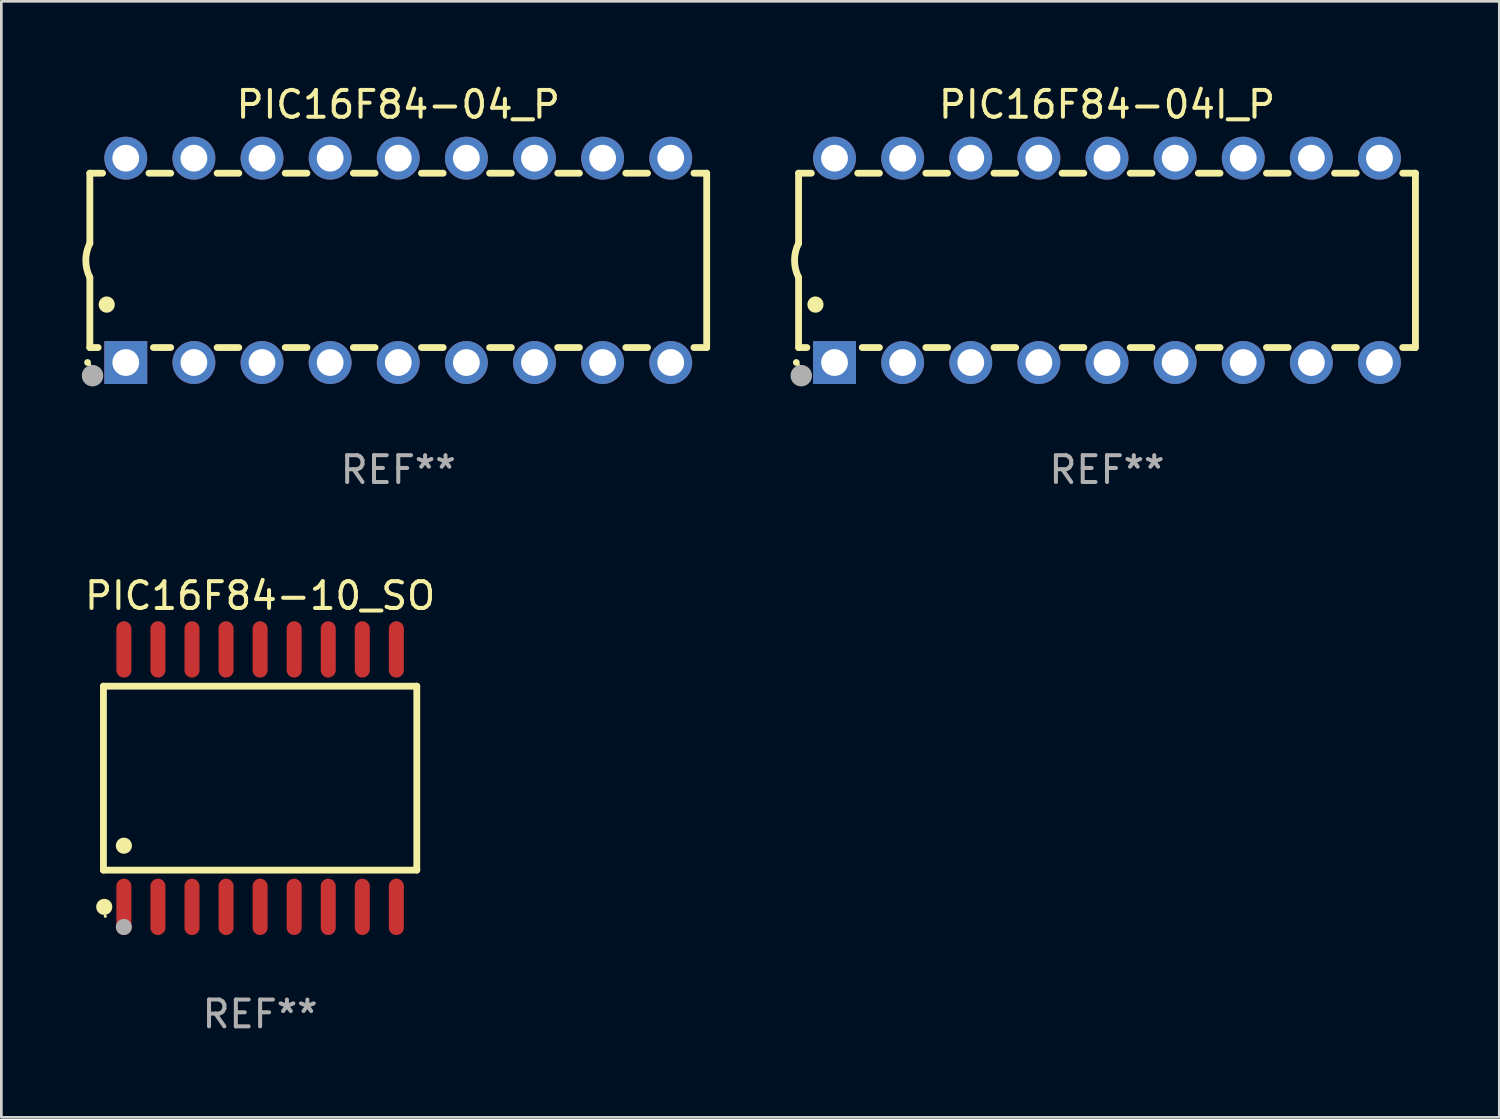
<source format=kicad_pcb>
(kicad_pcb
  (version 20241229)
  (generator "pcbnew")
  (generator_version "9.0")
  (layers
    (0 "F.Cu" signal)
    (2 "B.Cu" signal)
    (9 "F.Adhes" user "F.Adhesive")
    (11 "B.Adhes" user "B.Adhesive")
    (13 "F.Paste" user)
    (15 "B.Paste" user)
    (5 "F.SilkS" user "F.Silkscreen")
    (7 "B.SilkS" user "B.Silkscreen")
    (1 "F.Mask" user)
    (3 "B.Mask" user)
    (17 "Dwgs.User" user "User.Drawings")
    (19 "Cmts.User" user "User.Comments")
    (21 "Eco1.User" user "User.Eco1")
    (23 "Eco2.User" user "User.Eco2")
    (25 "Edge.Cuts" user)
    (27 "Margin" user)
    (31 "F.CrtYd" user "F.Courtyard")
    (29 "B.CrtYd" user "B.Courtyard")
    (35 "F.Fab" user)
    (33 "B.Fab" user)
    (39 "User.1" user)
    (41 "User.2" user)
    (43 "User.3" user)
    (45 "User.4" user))
  (footprint "PIC16F84-04I_P"
    (layer "F.Cu")
    (at 38.227 6.658)
    (property "Reference" "PIC16F84-04I_P" (at 0 -5.81 0) (layer "F.SilkS") (effects (font (size 1 1) (thickness 0.15))))
    (attr through_hole)
    (fp_line (start -11.5 -3.25) (end -11.5 -0.635) (stroke (width 0.254) (type solid)) (layer "F.SilkS"))
    (fp_line (start -11.5 3.25) (end -11.5 0.635) (stroke (width 0.254) (type solid)) (layer "F.SilkS"))
    (fp_line (start -11.5 3.25) (end -11.191 3.25) (stroke (width 0.254) (type solid)) (layer "F.SilkS"))
    (fp_line (start -11.025 -3.25) (end -11.5 -3.25) (stroke (width 0.254) (type solid)) (layer "F.SilkS"))
    (fp_line (start -9.129 3.25) (end -8.485 3.25) (stroke (width 0.254) (type solid)) (layer "F.SilkS"))
    (fp_line (start -8.485 -3.25) (end -9.295 -3.25) (stroke (width 0.254) (type solid)) (layer "F.SilkS"))
    (fp_line (start -6.755 3.25) (end -5.945 3.25) (stroke (width 0.254) (type solid)) (layer "F.SilkS"))
    (fp_line (start -5.945 -3.25) (end -6.755 -3.25) (stroke (width 0.254) (type solid)) (layer "F.SilkS"))
    (fp_line (start -4.215 3.25) (end -3.405 3.25) (stroke (width 0.254) (type solid)) (layer "F.SilkS"))
    (fp_line (start -3.405 -3.25) (end -4.215 -3.25) (stroke (width 0.254) (type solid)) (layer "F.SilkS"))
    (fp_line (start -1.675 3.25) (end -0.865 3.25) (stroke (width 0.254) (type solid)) (layer "F.SilkS"))
    (fp_line (start -0.865 -3.25) (end -1.675 -3.25) (stroke (width 0.254) (type solid)) (layer "F.SilkS"))
    (fp_line (start 0.865 3.25) (end 1.675 3.25) (stroke (width 0.254) (type solid)) (layer "F.SilkS"))
    (fp_line (start 1.675 -3.25) (end 0.865 -3.25) (stroke (width 0.254) (type solid)) (layer "F.SilkS"))
    (fp_line (start 3.405 3.25) (end 4.215 3.25) (stroke (width 0.254) (type solid)) (layer "F.SilkS"))
    (fp_line (start 4.215 -3.25) (end 3.405 -3.25) (stroke (width 0.254) (type solid)) (layer "F.SilkS"))
    (fp_line (start 5.945 3.25) (end 6.755 3.25) (stroke (width 0.254) (type solid)) (layer "F.SilkS"))
    (fp_line (start 6.755 -3.25) (end 5.945 -3.25) (stroke (width 0.254) (type solid)) (layer "F.SilkS"))
    (fp_line (start 8.485 3.25) (end 9.295 3.25) (stroke (width 0.254) (type solid)) (layer "F.SilkS"))
    (fp_line (start 9.295 -3.25) (end 8.485 -3.25) (stroke (width 0.254) (type solid)) (layer "F.SilkS"))
    (fp_line (start 11.025 3.25) (end 11.5 3.25) (stroke (width 0.254) (type solid)) (layer "F.SilkS"))
    (fp_line (start 11.5 -3.25) (end 11.025 -3.25) (stroke (width 0.254) (type solid)) (layer "F.SilkS"))
    (fp_line (start 11.5 -3.25) (end 11.5 3.25) (stroke (width 0.254) (type solid)) (layer "F.SilkS"))
    (fp_arc (start -11.584963 3.810008) (mid -11.58497 3.808738) (end -11.584963 3.807468) (stroke (width 0.25) (type solid)) (layer "F.SilkS"))
    (fp_arc (start -11.501143 0.635001) (mid -11.650665 -0.000132) (end -11.500025 -0.635001) (stroke (width 0.254001) (type solid)) (layer "F.SilkS"))
    (fp_arc (start -10.871222 1.651003) (mid -10.871233 1.648463) (end -10.871222 1.645923) (stroke (width 0.6) (type solid)) (layer "F.SilkS"))
    (fp_circle (center -11.5 3.91) (end -11.47 3.91) (stroke (width 0.06) (type solid)) (fill no) (layer "F.SilkS"))
    (fp_circle (center -11.4 4.3) (end -11.2 4.3) (stroke (width 0.4) (type solid)) (fill no) (layer "F.Fab"))
    (fp_text user "REF**" (at 0 7.81 0) (layer "F.Fab") (effects (font (size 1 1) (thickness 0.15))))
    (pad "1" thru_hole rect (at -10.16 3.81 90) (size 1.6 1.6) (drill 1) (layers "*.Cu" "*.Mask"))
    (pad "2" thru_hole circle (at -7.62 3.81 90) (size 1.6 1.6) (drill 1) (layers "*.Cu" "*.Mask"))
    (pad "3" thru_hole circle (at -5.08 3.81 90) (size 1.6 1.6) (drill 1) (layers "*.Cu" "*.Mask"))
    (pad "4" thru_hole circle (at -2.54 3.81 90) (size 1.6 1.6) (drill 1) (layers "*.Cu" "*.Mask"))
    (pad "5" thru_hole circle (at 0 3.81 90) (size 1.6 1.6) (drill 1) (layers "*.Cu" "*.Mask"))
    (pad "6" thru_hole circle (at 2.54 3.81 90) (size 1.6 1.6) (drill 1) (layers "*.Cu" "*.Mask"))
    (pad "7" thru_hole circle (at 5.08 3.81 90) (size 1.6 1.6) (drill 1) (layers "*.Cu" "*.Mask"))
    (pad "8" thru_hole circle (at 7.62 3.81 90) (size 1.6 1.6) (drill 1) (layers "*.Cu" "*.Mask"))
    (pad "9" thru_hole circle (at 10.16 3.81 90) (size 1.6 1.6) (drill 1) (layers "*.Cu" "*.Mask"))
    (pad "10" thru_hole circle (at 10.16 -3.81 90) (size 1.6 1.6) (drill 1) (layers "*.Cu" "*.Mask"))
    (pad "11" thru_hole circle (at 7.62 -3.81 90) (size 1.6 1.6) (drill 1) (layers "*.Cu" "*.Mask"))
    (pad "12" thru_hole circle (at 5.08 -3.81 90) (size 1.6 1.6) (drill 1) (layers "*.Cu" "*.Mask"))
    (pad "13" thru_hole circle (at 2.54 -3.81 90) (size 1.6 1.6) (drill 1) (layers "*.Cu" "*.Mask"))
    (pad "14" thru_hole circle (at 0 -3.81 90) (size 1.6 1.6) (drill 1) (layers "*.Cu" "*.Mask"))
    (pad "15" thru_hole circle (at -2.54 -3.81 90) (size 1.6 1.6) (drill 1) (layers "*.Cu" "*.Mask"))
    (pad "16" thru_hole circle (at -5.08 -3.81 90) (size 1.6 1.6) (drill 1) (layers "*.Cu" "*.Mask"))
    (pad "17" thru_hole circle (at -7.62 -3.81 90) (size 1.6 1.6) (drill 1) (layers "*.Cu" "*.Mask"))
    (pad "18" thru_hole circle (at -10.16 -3.81 90) (size 1.6 1.6) (drill 1) (layers "*.Cu" "*.Mask")))
  (footprint "PIC16F84-04_P"
    (layer "F.Cu")
    (at 11.8 6.658)
    (property "Reference" "PIC16F84-04_P" (at 0 -5.81 0) (layer "F.SilkS") (effects (font (size 1 1) (thickness 0.15))))
    (attr through_hole)
    (fp_line (start -11.5 -3.25) (end -11.5 -0.635) (stroke (width 0.254) (type solid)) (layer "F.SilkS"))
    (fp_line (start -11.5 3.25) (end -11.5 0.635) (stroke (width 0.254) (type solid)) (layer "F.SilkS"))
    (fp_line (start -11.5 3.25) (end -11.191 3.25) (stroke (width 0.254) (type solid)) (layer "F.SilkS"))
    (fp_line (start -11.025 -3.25) (end -11.5 -3.25) (stroke (width 0.254) (type solid)) (layer "F.SilkS"))
    (fp_line (start -9.129 3.25) (end -8.485 3.25) (stroke (width 0.254) (type solid)) (layer "F.SilkS"))
    (fp_line (start -8.485 -3.25) (end -9.295 -3.25) (stroke (width 0.254) (type solid)) (layer "F.SilkS"))
    (fp_line (start -6.755 3.25) (end -5.945 3.25) (stroke (width 0.254) (type solid)) (layer "F.SilkS"))
    (fp_line (start -5.945 -3.25) (end -6.755 -3.25) (stroke (width 0.254) (type solid)) (layer "F.SilkS"))
    (fp_line (start -4.215 3.25) (end -3.405 3.25) (stroke (width 0.254) (type solid)) (layer "F.SilkS"))
    (fp_line (start -3.405 -3.25) (end -4.215 -3.25) (stroke (width 0.254) (type solid)) (layer "F.SilkS"))
    (fp_line (start -1.675 3.25) (end -0.865 3.25) (stroke (width 0.254) (type solid)) (layer "F.SilkS"))
    (fp_line (start -0.865 -3.25) (end -1.675 -3.25) (stroke (width 0.254) (type solid)) (layer "F.SilkS"))
    (fp_line (start 0.865 3.25) (end 1.675 3.25) (stroke (width 0.254) (type solid)) (layer "F.SilkS"))
    (fp_line (start 1.675 -3.25) (end 0.865 -3.25) (stroke (width 0.254) (type solid)) (layer "F.SilkS"))
    (fp_line (start 3.405 3.25) (end 4.215 3.25) (stroke (width 0.254) (type solid)) (layer "F.SilkS"))
    (fp_line (start 4.215 -3.25) (end 3.405 -3.25) (stroke (width 0.254) (type solid)) (layer "F.SilkS"))
    (fp_line (start 5.945 3.25) (end 6.755 3.25) (stroke (width 0.254) (type solid)) (layer "F.SilkS"))
    (fp_line (start 6.755 -3.25) (end 5.945 -3.25) (stroke (width 0.254) (type solid)) (layer "F.SilkS"))
    (fp_line (start 8.485 3.25) (end 9.295 3.25) (stroke (width 0.254) (type solid)) (layer "F.SilkS"))
    (fp_line (start 9.295 -3.25) (end 8.485 -3.25) (stroke (width 0.254) (type solid)) (layer "F.SilkS"))
    (fp_line (start 11.025 3.25) (end 11.5 3.25) (stroke (width 0.254) (type solid)) (layer "F.SilkS"))
    (fp_line (start 11.5 -3.25) (end 11.025 -3.25) (stroke (width 0.254) (type solid)) (layer "F.SilkS"))
    (fp_line (start 11.5 -3.25) (end 11.5 3.25) (stroke (width 0.254) (type solid)) (layer "F.SilkS"))
    (fp_arc (start -11.584963 3.810008) (mid -11.58497 3.808738) (end -11.584963 3.807468) (stroke (width 0.25) (type solid)) (layer "F.SilkS"))
    (fp_arc (start -11.501143 0.635001) (mid -11.650665 -0.000132) (end -11.500025 -0.635001) (stroke (width 0.254001) (type solid)) (layer "F.SilkS"))
    (fp_arc (start -10.871222 1.651003) (mid -10.871233 1.648463) (end -10.871222 1.645923) (stroke (width 0.6) (type solid)) (layer "F.SilkS"))
    (fp_circle (center -11.5 3.91) (end -11.47 3.91) (stroke (width 0.06) (type solid)) (fill no) (layer "F.SilkS"))
    (fp_circle (center -11.4 4.3) (end -11.2 4.3) (stroke (width 0.4) (type solid)) (fill no) (layer "F.Fab"))
    (fp_text user "REF**" (at 0 7.81 0) (layer "F.Fab") (effects (font (size 1 1) (thickness 0.15))))
    (pad "1" thru_hole rect (at -10.16 3.81 90) (size 1.6 1.6) (drill 1) (layers "*.Cu" "*.Mask"))
    (pad "2" thru_hole circle (at -7.62 3.81 90) (size 1.6 1.6) (drill 1) (layers "*.Cu" "*.Mask"))
    (pad "3" thru_hole circle (at -5.08 3.81 90) (size 1.6 1.6) (drill 1) (layers "*.Cu" "*.Mask"))
    (pad "4" thru_hole circle (at -2.54 3.81 90) (size 1.6 1.6) (drill 1) (layers "*.Cu" "*.Mask"))
    (pad "5" thru_hole circle (at 0 3.81 90) (size 1.6 1.6) (drill 1) (layers "*.Cu" "*.Mask"))
    (pad "6" thru_hole circle (at 2.54 3.81 90) (size 1.6 1.6) (drill 1) (layers "*.Cu" "*.Mask"))
    (pad "7" thru_hole circle (at 5.08 3.81 90) (size 1.6 1.6) (drill 1) (layers "*.Cu" "*.Mask"))
    (pad "8" thru_hole circle (at 7.62 3.81 90) (size 1.6 1.6) (drill 1) (layers "*.Cu" "*.Mask"))
    (pad "9" thru_hole circle (at 10.16 3.81 90) (size 1.6 1.6) (drill 1) (layers "*.Cu" "*.Mask"))
    (pad "10" thru_hole circle (at 10.16 -3.81 90) (size 1.6 1.6) (drill 1) (layers "*.Cu" "*.Mask"))
    (pad "11" thru_hole circle (at 7.62 -3.81 90) (size 1.6 1.6) (drill 1) (layers "*.Cu" "*.Mask"))
    (pad "12" thru_hole circle (at 5.08 -3.81 90) (size 1.6 1.6) (drill 1) (layers "*.Cu" "*.Mask"))
    (pad "13" thru_hole circle (at 2.54 -3.81 90) (size 1.6 1.6) (drill 1) (layers "*.Cu" "*.Mask"))
    (pad "14" thru_hole circle (at 0 -3.81 90) (size 1.6 1.6) (drill 1) (layers "*.Cu" "*.Mask"))
    (pad "15" thru_hole circle (at -2.54 -3.81 90) (size 1.6 1.6) (drill 1) (layers "*.Cu" "*.Mask"))
    (pad "16" thru_hole circle (at -5.08 -3.81 90) (size 1.6 1.6) (drill 1) (layers "*.Cu" "*.Mask"))
    (pad "17" thru_hole circle (at -7.62 -3.81 90) (size 1.6 1.6) (drill 1) (layers "*.Cu" "*.Mask"))
    (pad "18" thru_hole circle (at -10.16 -3.81 90) (size 1.6 1.6) (drill 1) (layers "*.Cu" "*.Mask")))
  (footprint "PIC16F84-10_SO"
    (layer "F.Cu")
    (at 6.649 25.965)
    (property "Reference" "PIC16F84-10_SO" (at 0 -6.8 0) (layer "F.SilkS") (effects (font (size 1 1) (thickness 0.15))))
    (attr through_hole)
    (fp_line (start -5.842 -3.429) (end -5.842 3.429) (stroke (width 0.254) (type solid)) (layer "F.SilkS"))
    (fp_line (start -5.842 3.429) (end 5.842 3.429) (stroke (width 0.254) (type solid)) (layer "F.SilkS"))
    (fp_line (start 5.842 -3.429) (end -5.842 -3.429) (stroke (width 0.254) (type solid)) (layer "F.SilkS"))
    (fp_line (start 5.842 3.429) (end 5.842 -3.429) (stroke (width 0.254) (type solid)) (layer "F.SilkS"))
    (fp_circle (center -5.812 4.8) (end -5.662 4.8) (stroke (width 0.3) (type solid)) (fill no) (layer "F.SilkS"))
    (fp_circle (center -5.775 5.15) (end -5.745 5.15) (stroke (width 0.06) (type solid)) (fill no) (layer "F.SilkS"))
    (fp_circle (center -5.08 2.519) (end -4.93 2.519) (stroke (width 0.3) (type solid)) (fill no) (layer "F.SilkS"))
    (fp_circle (center -5.08 5.55) (end -4.93 5.55) (stroke (width 0.3) (type solid)) (fill no) (layer "F.Fab"))
    (fp_text user "REF**" (at 0 8.8 0) (layer "F.Fab") (effects (font (size 1 1) (thickness 0.15))))
    (pad "1" smd oval (at -5.08 4.8) (size 0.56 2.1) (layers "F.Cu" "F.Mask" "F.Paste"))
    (pad "2" smd oval (at -3.81 4.8) (size 0.56 2.1) (layers "F.Cu" "F.Mask" "F.Paste"))
    (pad "3" smd oval (at -2.54 4.8) (size 0.56 2.1) (layers "F.Cu" "F.Mask" "F.Paste"))
    (pad "4" smd oval (at -1.27 4.8) (size 0.56 2.1) (layers "F.Cu" "F.Mask" "F.Paste"))
    (pad "5" smd oval (at 0 4.8) (size 0.56 2.1) (layers "F.Cu" "F.Mask" "F.Paste"))
    (pad "6" smd oval (at 1.27 4.8) (size 0.56 2.1) (layers "F.Cu" "F.Mask" "F.Paste"))
    (pad "7" smd oval (at 2.54 4.8) (size 0.56 2.1) (layers "F.Cu" "F.Mask" "F.Paste"))
    (pad "8" smd oval (at 3.81 4.8) (size 0.56 2.1) (layers "F.Cu" "F.Mask" "F.Paste"))
    (pad "9" smd oval (at 5.08 4.8) (size 0.56 2.1) (layers "F.Cu" "F.Mask" "F.Paste"))
    (pad "10" smd oval (at 5.08 -4.8) (size 0.56 2.1) (layers "F.Cu" "F.Mask" "F.Paste"))
    (pad "11" smd oval (at 3.81 -4.8) (size 0.56 2.1) (layers "F.Cu" "F.Mask" "F.Paste"))
    (pad "12" smd oval (at 2.54 -4.8) (size 0.56 2.1) (layers "F.Cu" "F.Mask" "F.Paste"))
    (pad "13" smd oval (at 1.27 -4.8) (size 0.56 2.1) (layers "F.Cu" "F.Mask" "F.Paste"))
    (pad "14" smd oval (at 0 -4.8) (size 0.56 2.1) (layers "F.Cu" "F.Mask" "F.Paste"))
    (pad "15" smd oval (at -1.27 -4.8) (size 0.56 2.1) (layers "F.Cu" "F.Mask" "F.Paste"))
    (pad "16" smd oval (at -2.54 -4.8) (size 0.56 2.1) (layers "F.Cu" "F.Mask" "F.Paste"))
    (pad "17" smd oval (at -3.81 -4.8) (size 0.56 2.1) (layers "F.Cu" "F.Mask" "F.Paste"))
    (pad "18" smd oval (at -5.08 -4.8) (size 0.56 2.1) (layers "F.Cu" "F.Mask" "F.Paste")))
  (gr_rect
    (start -3 -3)
    (end 52.854 38.613)
    (stroke (width 0.1) (type default))
    (fill no)
    (layer "Edge.Cuts")))
</source>
